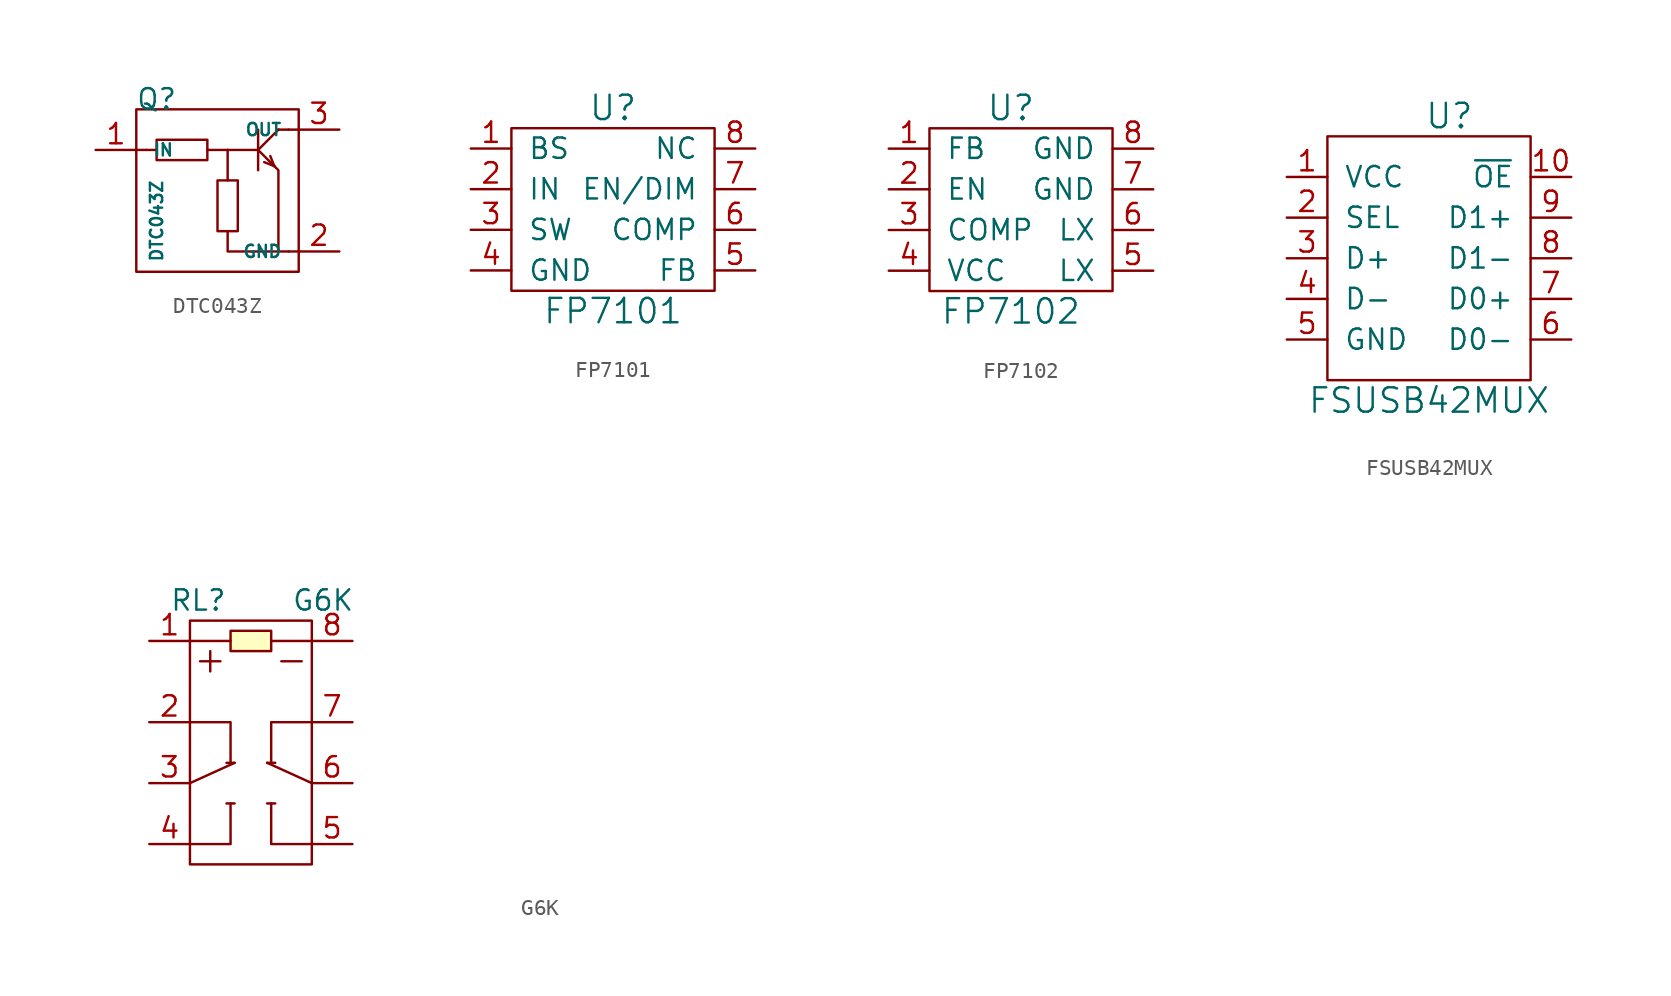
<source format=kicad_sym>
(kicad_symbol_lib
  (version 20220914)
  (generator kicad_symbol_editor)
  (symbol "DTC043Z"
    (pin_names
      (offset 1.016))
    (property "Reference" "Q"
      (at -3.81 5.715 0)
      (effects (font (size 1.27 1.27))))
    (property "Value" "DTC043Z"
      (at -3.81 -1.905 90)
      (effects (font (size 0.762 0.762))))
    (property "Footprint" ""
      (at 3.175 -3.81 0)
      (effects (font (size 1.524 1.524))))
    (property "Datasheet" ""
      (at 3.175 -3.81 0)
      (effects (font (size 1.524 1.524))))
    (symbol "DTC043Z_0_1"
      (rectangle (start -5.08 5.08) (end 5.08 -5.08) (stroke (width 0) (type default)) (fill (type none)))
      (rectangle (start -3.81 3.175) (end -0.635 1.905) (stroke (width 0) (type default)) (fill (type none)))
      (polyline (pts (xy -5.08 2.54) (xy -4.445 2.54)) (stroke (width 0) (type default)) (fill (type none)))
      (polyline (pts (xy -4.445 2.54) (xy -3.81 2.54)) (stroke (width 0) (type default)) (fill (type none)))
      (polyline (pts (xy 0.635 2.54) (xy -0.635 2.54)) (stroke (width 0) (type default)) (fill (type none)))
      (polyline (pts (xy 0.635 2.54) (xy 0.635 0.635)) (stroke (width 0) (type default)) (fill (type none)))
      (polyline (pts (xy 0.635 2.54) (xy 2.54 2.54)) (stroke (width 0) (type default)) (fill (type none)))
      (polyline (pts (xy 2.54 2.54) (xy 3.81 3.81)) (stroke (width 0) (type default)) (fill (type none)))
      (polyline (pts (xy 2.54 3.81) (xy 2.54 1.27)) (stroke (width 0) (type default)) (fill (type none)))
      (polyline (pts (xy 3.302 2.159) (xy 3.556 1.524)) (stroke (width 0) (type default)) (fill (type none)))
      (polyline (pts (xy 3.556 1.524) (xy 2.921 1.778)) (stroke (width 0) (type default)) (fill (type none)))
      (polyline (pts (xy 3.556 1.524) (xy 3.556 1.524)) (stroke (width 0) (type default)) (fill (type none)))
      (polyline (pts (xy 3.81 -3.81) (xy 4.445 -3.81)) (stroke (width 0) (type default)) (fill (type none)))
      (polyline (pts (xy 3.81 3.81) (xy 3.81 3.81)) (stroke (width 0) (type default)) (fill (type none)))
      (polyline (pts (xy 3.81 3.81) (xy 4.445 3.81)) (stroke (width 0) (type default)) (fill (type none)))
      (polyline (pts (xy 4.445 -3.81) (xy 5.08 -3.81)) (stroke (width 0) (type default)) (fill (type none)))
      (polyline (pts (xy 4.445 3.81) (xy 5.08 3.81)) (stroke (width 0) (type default)) (fill (type none)))
      (polyline (pts (xy 5.08 3.81) (xy 5.08 3.81)) (stroke (width 0) (type default)) (fill (type none)))
      (polyline (pts (xy 2.54 2.54) (xy 3.81 1.27) (xy 3.81 -3.81) (xy 0.635 -3.81) (xy 0.635 -2.54)) (stroke (width 0) (type default)) (fill (type none)))
      (rectangle (start 0 0.635) (end 1.27 -2.54) (stroke (width 0) (type default)) (fill (type none))))
    (symbol "DTC043Z_1_1"
      (pin input line (at -7.62 2.54 0) (length 2.54) (name "IN" (effects (font (size 0.762 0.762)))) (number "1" (effects (font (size 1.27 1.27)))))
      (pin input line (at 7.62 -3.81 180) (length 2.54) (name "GND" (effects (font (size 0.762 0.762)))) (number "2" (effects (font (size 1.27 1.27)))))
      (pin input line (at 7.62 3.81 180) (length 2.54) (name "OUT" (effects (font (size 0.762 0.762)))) (number "3" (effects (font (size 1.27 1.27)))))))
  (symbol "FP7101"
    (pin_names
      (offset 1.016))
    (property "Reference" "U"
      (at 0 6.35 0)
      (effects (font (size 1.524 1.524))))
    (property "Value" "FP7101"
      (at 0 -6.35 0)
      (effects (font (size 1.524 1.524))))
    (symbol "FP7101_0_1"
      (rectangle (start -6.35 5.08) (end 6.35 -5.08) (stroke (width 0) (type default)) (fill (type none))))
    (symbol "FP7101_1_1"
      (pin passive line (at -8.89 3.81 0) (length 2.54) (name "BS" (effects (font (size 1.27 1.27)))) (number "1" (effects (font (size 1.27 1.27)))))
      (pin passive line (at -8.89 1.27 0) (length 2.54) (name "IN" (effects (font (size 1.27 1.27)))) (number "2" (effects (font (size 1.27 1.27)))))
      (pin passive line (at -8.89 -1.27 0) (length 2.54) (name "SW" (effects (font (size 1.27 1.27)))) (number "3" (effects (font (size 1.27 1.27)))))
      (pin passive line (at -8.89 -3.81 0) (length 2.54) (name "GND" (effects (font (size 1.27 1.27)))) (number "4" (effects (font (size 1.27 1.27)))))
      (pin passive line (at 8.89 -3.81 180) (length 2.54) (name "FB" (effects (font (size 1.27 1.27)))) (number "5" (effects (font (size 1.27 1.27)))))
      (pin passive line (at 8.89 -1.27 180) (length 2.54) (name "COMP" (effects (font (size 1.27 1.27)))) (number "6" (effects (font (size 1.27 1.27)))))
      (pin passive line (at 8.89 1.27 180) (length 2.54) (name "EN/DIM" (effects (font (size 1.27 1.27)))) (number "7" (effects (font (size 1.27 1.27)))))
      (pin passive line (at 8.89 3.81 180) (length 2.54) (name "NC" (effects (font (size 1.27 1.27)))) (number "8" (effects (font (size 1.27 1.27)))))))
  (symbol "FP7102"
    (pin_names
      (offset 1.016))
    (property "Reference" "U"
      (at 0 6.35 0)
      (effects (font (size 1.524 1.524))))
    (property "Value" "FP7102"
      (at 0 -6.35 0)
      (effects (font (size 1.524 1.524))))
    (symbol "FP7102_0_1"
      (rectangle (start -5.08 5.08) (end 6.35 -5.08) (stroke (width 0) (type default)) (fill (type none))))
    (symbol "FP7102_1_1"
      (pin passive line (at -7.62 3.81 0) (length 2.54) (name "FB" (effects (font (size 1.27 1.27)))) (number "1" (effects (font (size 1.27 1.27)))))
      (pin passive line (at -7.62 1.27 0) (length 2.54) (name "EN" (effects (font (size 1.27 1.27)))) (number "2" (effects (font (size 1.27 1.27)))))
      (pin passive line (at -7.62 -1.27 0) (length 2.54) (name "COMP" (effects (font (size 1.27 1.27)))) (number "3" (effects (font (size 1.27 1.27)))))
      (pin passive line (at -7.62 -3.81 0) (length 2.54) (name "VCC" (effects (font (size 1.27 1.27)))) (number "4" (effects (font (size 1.27 1.27)))))
      (pin passive line (at 8.89 -3.81 180) (length 2.54) (name "LX" (effects (font (size 1.27 1.27)))) (number "5" (effects (font (size 1.27 1.27)))))
      (pin passive line (at 8.89 -1.27 180) (length 2.54) (name "LX" (effects (font (size 1.27 1.27)))) (number "6" (effects (font (size 1.27 1.27)))))
      (pin passive line (at 8.89 1.27 180) (length 2.54) (name "GND" (effects (font (size 1.27 1.27)))) (number "7" (effects (font (size 1.27 1.27)))))
      (pin passive line (at 8.89 3.81 180) (length 2.54) (name "GND" (effects (font (size 1.27 1.27)))) (number "8" (effects (font (size 1.27 1.27)))))))
  (symbol "FSUSB42MUX"
    (pin_names
      (offset 1.016))
    (property "Reference" "U"
      (at 1.27 8.89 0)
      (effects (font (size 1.524 1.524))))
    (property "Value" "FSUSB42MUX"
      (at 0 -8.89 0)
      (effects (font (size 1.524 1.524))))
    (symbol "FSUSB42MUX_0_1"
      (rectangle (start -6.35 7.62) (end 6.35 -7.62) (stroke (width 0) (type default)) (fill (type none))))
    (symbol "FSUSB42MUX_1_1"
      (pin bidirectional line (at -8.89 5.08 0) (length 2.54) (name "VCC" (effects (font (size 1.27 1.27)))) (number "1" (effects (font (size 1.27 1.27)))))
      (pin bidirectional line (at 8.89 5.08 180) (length 2.54) (name "~{OE}" (effects (font (size 1.27 1.27)))) (number "10" (effects (font (size 1.27 1.27)))))
      (pin bidirectional line (at -8.89 2.54 0) (length 2.54) (name "SEL" (effects (font (size 1.27 1.27)))) (number "2" (effects (font (size 1.27 1.27)))))
      (pin bidirectional line (at -8.89 0 0) (length 2.54) (name "D+" (effects (font (size 1.27 1.27)))) (number "3" (effects (font (size 1.27 1.27)))))
      (pin bidirectional line (at -8.89 -2.54 0) (length 2.54) (name "D-" (effects (font (size 1.27 1.27)))) (number "4" (effects (font (size 1.27 1.27)))))
      (pin bidirectional line (at -8.89 -5.08 0) (length 2.54) (name "GND" (effects (font (size 1.27 1.27)))) (number "5" (effects (font (size 1.27 1.27)))))
      (pin bidirectional line (at 8.89 -5.08 180) (length 2.54) (name "D0-" (effects (font (size 1.27 1.27)))) (number "6" (effects (font (size 1.27 1.27)))))
      (pin bidirectional line (at 8.89 -2.54 180) (length 2.54) (name "D0+" (effects (font (size 1.27 1.27)))) (number "7" (effects (font (size 1.27 1.27)))))
      (pin bidirectional line (at 8.89 0 180) (length 2.54) (name "D1-" (effects (font (size 1.27 1.27)))) (number "8" (effects (font (size 1.27 1.27)))))
      (pin bidirectional line (at 8.89 2.54 180) (length 2.54) (name "D1+" (effects (font (size 1.27 1.27)))) (number "9" (effects (font (size 1.27 1.27)))))))
  (symbol "G6K"
    (pin_names
      (offset 1.016))
    (property "Reference" "RL"
      (at -5.08 8.89 0)
      (effects (font (size 1.27 1.27)) (justify left)))
    (property "Value" "G6K"
      (at 2.54 8.89 0)
      (effects (font (size 1.27 1.27)) (justify left)))
    (property "Footprint" ""
      (at 42.545 -0.635 90)
      (effects (font (size 1.27 1.27))))
    (property "Datasheet" ""
      (at 42.545 -0.635 90)
      (effects (font (size 1.27 1.27))))
    (symbol "G6K_0_1"
      (rectangle (start -3.81 7.62) (end 3.81 -7.62) (stroke (width 0) (type default)) (fill (type none)))
      (rectangle (start -1.27 5.715) (end 1.27 6.985) (stroke (width 0) (type default)) (fill (type background)))
      (polyline (pts (xy -3.81 -2.54) (xy -1.016 -1.27)) (stroke (width 0) (type default)) (fill (type none)))
      (polyline (pts (xy -3.81 6.35) (xy -1.27 6.35)) (stroke (width 0) (type default)) (fill (type none)))
      (polyline (pts (xy -3.175 5.08) (xy -1.905 5.08)) (stroke (width 0) (type default)) (fill (type none)))
      (polyline (pts (xy -2.54 5.715) (xy -2.54 4.445)) (stroke (width 0) (type default)) (fill (type none)))
      (polyline (pts (xy -1.524 -3.81) (xy -1.016 -3.81)) (stroke (width 0) (type default)) (fill (type none)))
      (polyline (pts (xy -1.524 -1.27) (xy -1.016 -1.27)) (stroke (width 0) (type default)) (fill (type none)))
      (polyline (pts (xy 1.016 -3.81) (xy 1.524 -3.81)) (stroke (width 0) (type default)) (fill (type none)))
      (polyline (pts (xy 1.016 -1.27) (xy 1.524 -1.27)) (stroke (width 0) (type default)) (fill (type none)))
      (polyline (pts (xy 1.016 -1.27) (xy 3.81 -2.54)) (stroke (width 0) (type default)) (fill (type none)))
      (polyline (pts (xy 1.27 6.35) (xy 3.81 6.35)) (stroke (width 0) (type default)) (fill (type none)))
      (polyline (pts (xy 1.905 5.08) (xy 3.175 5.08)) (stroke (width 0) (type default)) (fill (type none)))
      (polyline (pts (xy -3.81 1.27) (xy -1.27 1.27) (xy -1.27 -1.27)) (stroke (width 0) (type default)) (fill (type none)))
      (polyline (pts (xy -1.27 -3.81) (xy -1.27 -6.35) (xy -3.81 -6.35)) (stroke (width 0) (type default)) (fill (type none)))
      (polyline (pts (xy 3.81 -6.35) (xy 1.27 -6.35) (xy 1.27 -3.81)) (stroke (width 0) (type default)) (fill (type none)))
      (polyline (pts (xy 3.81 1.27) (xy 1.27 1.27) (xy 1.27 -1.27)) (stroke (width 0) (type default)) (fill (type none))))
    (symbol "G6K_1_1"
      (pin passive line (at -6.35 6.35 0) (length 2.54) (name "~" (effects (font (size 1.27 1.27)))) (number "1" (effects (font (size 1.27 1.27)))))
      (pin passive line (at -6.35 1.27 0) (length 2.54) (name "~" (effects (font (size 1.27 1.27)))) (number "2" (effects (font (size 1.27 1.27)))))
      (pin passive line (at -6.35 -2.54 0) (length 2.54) (name "~" (effects (font (size 1.27 1.27)))) (number "3" (effects (font (size 1.27 1.27)))))
      (pin passive line (at -6.35 -6.35 0) (length 2.54) (name "~" (effects (font (size 1.27 1.27)))) (number "4" (effects (font (size 1.27 1.27)))))
      (pin passive line (at 6.35 -6.35 180) (length 2.54) (name "~" (effects (font (size 1.27 1.27)))) (number "5" (effects (font (size 1.27 1.27)))))
      (pin passive line (at 6.35 -2.54 180) (length 2.54) (name "~" (effects (font (size 1.27 1.27)))) (number "6" (effects (font (size 1.27 1.27)))))
      (pin passive line (at 6.35 1.27 180) (length 2.54) (name "~" (effects (font (size 1.27 1.27)))) (number "7" (effects (font (size 1.27 1.27)))))
      (pin passive line (at 6.35 6.35 180) (length 2.54) (name "~" (effects (font (size 1.27 1.27)))) (number "8" (effects (font (size 1.27 1.27))))))))
</source>
